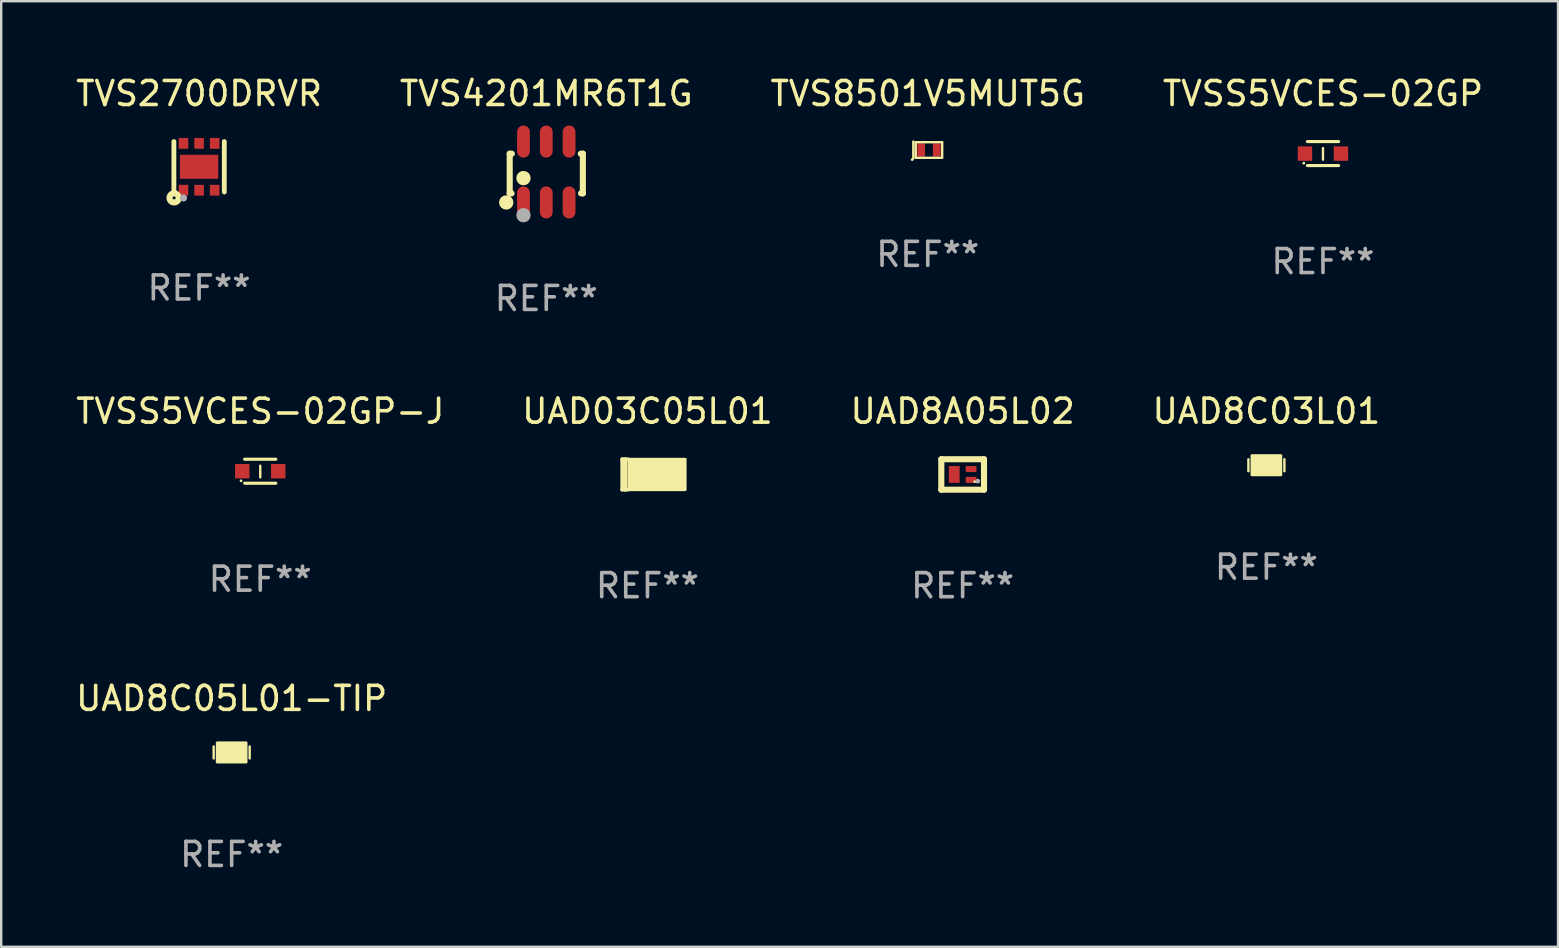
<source format=kicad_pcb>
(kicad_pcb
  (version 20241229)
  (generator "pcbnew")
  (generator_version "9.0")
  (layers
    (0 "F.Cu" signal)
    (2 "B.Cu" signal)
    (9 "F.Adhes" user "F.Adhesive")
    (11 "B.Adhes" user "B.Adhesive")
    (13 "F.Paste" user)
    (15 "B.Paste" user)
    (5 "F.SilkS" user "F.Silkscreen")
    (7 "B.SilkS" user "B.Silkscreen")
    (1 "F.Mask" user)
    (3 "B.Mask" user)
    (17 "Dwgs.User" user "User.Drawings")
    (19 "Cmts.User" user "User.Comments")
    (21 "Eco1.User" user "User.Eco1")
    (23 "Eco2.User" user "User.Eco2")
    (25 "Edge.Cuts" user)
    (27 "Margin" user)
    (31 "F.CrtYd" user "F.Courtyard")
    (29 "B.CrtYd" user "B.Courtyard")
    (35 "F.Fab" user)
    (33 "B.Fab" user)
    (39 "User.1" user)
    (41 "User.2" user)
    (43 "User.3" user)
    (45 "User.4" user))
  (footprint "TVSS5VCES-02GP"
    (layer "F.Cu")
    (at 52.065 3.348)
    (property "Reference" "TVSS5VCES-02GP" (at 0 -2.5 0) (layer "F.SilkS") (effects (font (size 1 1) (thickness 0.15))))
    (attr through_hole)
    (fp_line (start -0.65 -0.5) (end 0.65 -0.5) (stroke (width 0.13) (type solid)) (layer "F.SilkS"))
    (fp_line (start -0.65 0.5) (end 0.65 0.5) (stroke (width 0.13) (type solid)) (layer "F.SilkS"))
    (fp_line (start 0 -0.229) (end 0 0.254) (stroke (width 0.1) (type solid)) (layer "F.SilkS"))
    (fp_circle (center -0.8 0.4) (end -0.77 0.4) (stroke (width 0.06) (type solid)) (fill no) (layer "F.SilkS"))
    (fp_text user "REF**" (at 0 4.5 0) (layer "F.Fab") (effects (font (size 1 1) (thickness 0.15))))
    (pad "1" smd rect (at -0.75 0) (size 0.6 0.6) (layers "F.Cu" "F.Mask" "F.Paste"))
    (pad "2" smd rect (at 0.75 0 180) (size 0.6 0.6) (layers "F.Cu" "F.Mask" "F.Paste")))
  (footprint "UAD8A05L02"
    (layer "F.Cu")
    (at 37.054 16.716)
    (property "Reference" "UAD8A05L02" (at 0 -2.635 0) (layer "F.SilkS") (effects (font (size 1 1) (thickness 0.15))))
    (attr through_hole)
    (fp_line (start -0.889 -0.635) (end 0.889 -0.635) (stroke (width 0.254) (type solid)) (layer "F.SilkS"))
    (fp_line (start -0.889 0.635) (end -0.889 -0.635) (stroke (width 0.254) (type solid)) (layer "F.SilkS"))
    (fp_line (start 0.889 -0.635) (end 0.889 0.635) (stroke (width 0.254) (type solid)) (layer "F.SilkS"))
    (fp_line (start 0.889 0.635) (end -0.889 0.635) (stroke (width 0.254) (type solid)) (layer "F.SilkS"))
    (fp_circle (center 0.5 0.3) (end 0.53 0.3) (stroke (width 0.06) (type solid)) (fill no) (layer "F.SilkS"))
    (fp_circle (center 0.629 0.278) (end 0.679 0.278) (stroke (width 0.1) (type solid)) (fill no) (layer "F.Fab"))
    (fp_text user "REF**" (at 0 4.635 0) (layer "F.Fab") (effects (font (size 1 1) (thickness 0.15))))
    (pad "1" smd rect (at 0.35 0.225) (size 0.45 0.25) (layers "F.Cu" "F.Mask" "F.Paste"))
    (pad "2" smd rect (at 0.35 -0.225) (size 0.45 0.25) (layers "F.Cu" "F.Mask" "F.Paste"))
    (pad "3" smd rect (at -0.35 0 180) (size 0.45 0.7) (layers "F.Cu" "F.Mask" "F.Paste")))
  (footprint "UAD03C05L01"
    (layer "F.Cu")
    (at 23.923 16.716)
    (property "Reference" "UAD03C05L01" (at 0 -2.635 0) (layer "F.SilkS") (effects (font (size 1 1) (thickness 0.15))))
    (attr through_hole)
    (fp_line (start -1.054 -0.635) (end -0.927 -0.635) (stroke (width 0.15) (type solid)) (layer "F.SilkS"))
    (fp_line (start -1.054 0.635) (end -1.054 -0.635) (stroke (width 0.15) (type solid)) (layer "F.SilkS"))
    (fp_line (start -0.927 -0.635) (end -0.8 -0.635) (stroke (width 0.15) (type solid)) (layer "F.SilkS"))
    (fp_line (start -0.927 0.635) (end -1.054 0.635) (stroke (width 0.15) (type solid)) (layer "F.SilkS"))
    (fp_line (start -0.927 0.635) (end -0.927 -0.635) (stroke (width 0.15) (type solid)) (layer "F.SilkS"))
    (fp_line (start -0.8 0.635) (end -0.927 0.635) (stroke (width 0.15) (type solid)) (layer "F.SilkS"))
    (fp_circle (center -0.551 0.4) (end -0.521 0.4) (stroke (width 0.06) (type solid)) (fill no) (layer "F.SilkS"))
    (fp_poly (pts (xy -0.78 -0.635) (xy 1.57 -0.635) (xy 1.57 0.635) (xy -0.78 0.635)) (stroke (width 0.12) (type solid)) (fill yes) (layer "F.SilkS"))
    (fp_text user "REF**" (at 0 4.635 0) (layer "F.Fab") (effects (font (size 1 1) (thickness 0.15))))
    (pad "1" smd rect (at -0.113 0 90) (size 0.8 1.01) (layers "F.Cu" "F.Mask" "F.Paste"))
    (pad "2" smd rect (at 1.054 0 90) (size 0.8 0.61) (layers "F.Cu" "F.Mask" "F.Paste")))
  (footprint "TVS8501V5MUT5G"
    (layer "F.Cu")
    (at 35.601 3.198)
    (property "Reference" "TVS8501V5MUT5G" (at 0 -2.35 0) (layer "F.SilkS") (effects (font (size 1 1) (thickness 0.15))))
    (attr through_hole)
    (fp_line (start -0.601 -0.35) (end -0.601 0.35) (stroke (width 0.102) (type solid)) (layer "F.SilkS"))
    (fp_line (start -0.501 -0.325) (end 0.599 -0.325) (stroke (width 0.1) (type solid)) (layer "F.SilkS"))
    (fp_line (start -0.501 0.3) (end -0.502 -0.31) (stroke (width 0.1) (type solid)) (layer "F.SilkS"))
    (fp_line (start 0.599 0.325) (end -0.501 0.325) (stroke (width 0.1) (type solid)) (layer "F.SilkS"))
    (fp_line (start 0.599 0.3) (end 0.601 -0.31) (stroke (width 0.1) (type solid)) (layer "F.SilkS"))
    (fp_circle (center -0.651 0.401) (end -0.621 0.401) (stroke (width 0.06) (type solid)) (fill no) (layer "F.SilkS"))
    (fp_text user "REF**" (at 0 4.35 0) (layer "F.Fab") (effects (font (size 1 1) (thickness 0.15))))
    (pad "1" smd rect (at -0.275 -0.000013) (size 0.32 0.55) (layers "F.Cu" "F.Mask" "F.Paste"))
    (pad "2" smd rect (at 0.375 -0.000013) (size 0.32 0.55) (layers "F.Cu" "F.Mask" "F.Paste")))
  (footprint "UAD8C05L01-TIP"
    (layer "F.Cu")
    (at 6.601 28.297)
    (property "Reference" "UAD8C05L01-TIP" (at 0 -2.25 0) (layer "F.SilkS") (effects (font (size 1 1) (thickness 0.15))))
    (attr through_hole)
    (fp_line (start -0.75 0.25) (end -0.75 -0.25) (stroke (width 0.1) (type solid)) (layer "F.SilkS"))
    (fp_line (start 0.75 -0.25) (end 0.75 0.25) (stroke (width 0.1) (type solid)) (layer "F.SilkS"))
    (fp_circle (center -0.5 0.3) (end -0.47 0.3) (stroke (width 0.06) (type solid)) (fill no) (layer "F.SilkS"))
    (fp_poly (pts (xy -0.6 -0.4) (xy 0.6 -0.4) (xy 0.6 0.4) (xy -0.6 0.4)) (stroke (width 0.12) (type solid)) (fill yes) (layer "F.SilkS"))
    (fp_text user "REF**" (at 0 4.25 0) (layer "F.Fab") (effects (font (size 1 1) (thickness 0.15))))
    (pad "1" smd rect (at -0.325 -0.000013) (size 0.3 0.6) (layers "F.Cu" "F.Mask" "F.Paste"))
    (pad "2" smd rect (at 0.325 -0.000013) (size 0.3 0.6) (layers "F.Cu" "F.Mask" "F.Paste")))
  (footprint "TVS2700DRVR"
    (layer "F.Cu")
    (at 5.244 3.898)
    (property "Reference" "TVS2700DRVR" (at 0 -3.05 0) (layer "F.SilkS") (effects (font (size 1 1) (thickness 0.15))))
    (attr through_hole)
    (fp_line (start -1.05 1.05) (end -1.05 -1.05) (stroke (width 0.201) (type solid)) (layer "F.SilkS"))
    (fp_line (start 1.05 1.05) (end 1.05 -1.05) (stroke (width 0.201) (type solid)) (layer "F.SilkS"))
    (fp_circle (center -1.041 1.296) (end -0.978 1.296) (stroke (width 0.254) (type solid)) (fill no) (layer "F.SilkS"))
    (fp_circle (center -1 1.001) (end -0.97 1.001) (stroke (width 0.06) (type solid)) (fill no) (layer "F.SilkS"))
    (fp_circle (center -0.65 1.3) (end -0.575 1.3) (stroke (width 0.15) (type solid)) (fill no) (layer "F.Fab"))
    (fp_text user "REF**" (at 0 5.05 0) (layer "F.Fab") (effects (font (size 1 1) (thickness 0.15))))
    (pad "1" smd rect (at -0.65 0.976) (size 0.4 0.45) (layers "F.Cu" "F.Mask" "F.Paste"))
    (pad "2" smd rect (at 0 0.976) (size 0.4 0.45) (layers "F.Cu" "F.Mask" "F.Paste"))
    (pad "3" smd rect (at 0.65 0.976) (size 0.4 0.45) (layers "F.Cu" "F.Mask" "F.Paste"))
    (pad "4" smd rect (at 0.65 -0.975) (size 0.4 0.45) (layers "F.Cu" "F.Mask" "F.Paste"))
    (pad "5" smd rect (at 0 -0.975) (size 0.4 0.45) (layers "F.Cu" "F.Mask" "F.Paste"))
    (pad "6" smd rect (at -0.65 -0.975) (size 0.4 0.45) (layers "F.Cu" "F.Mask" "F.Paste"))
    (pad "7" smd rect (at 0 0.001 90) (size 1 1.6) (layers "F.Cu" "F.Mask" "F.Paste")))
  (footprint "UAD8C03L01"
    (layer "F.Cu")
    (at 49.708 16.331)
    (property "Reference" "UAD8C03L01" (at 0 -2.25 0) (layer "F.SilkS") (effects (font (size 1 1) (thickness 0.15))))
    (attr through_hole)
    (fp_line (start -0.75 0.25) (end -0.75 -0.25) (stroke (width 0.1) (type solid)) (layer "F.SilkS"))
    (fp_line (start 0.75 -0.25) (end 0.75 0.25) (stroke (width 0.1) (type solid)) (layer "F.SilkS"))
    (fp_circle (center -0.5 0.3) (end -0.47 0.3) (stroke (width 0.06) (type solid)) (fill no) (layer "F.SilkS"))
    (fp_poly (pts (xy -0.6 -0.4) (xy 0.6 -0.4) (xy 0.6 0.4) (xy -0.6 0.4)) (stroke (width 0.12) (type solid)) (fill yes) (layer "F.SilkS"))
    (fp_text user "REF**" (at 0 4.25 0) (layer "F.Fab") (effects (font (size 1 1) (thickness 0.15))))
    (pad "1" smd rect (at -0.325 -0.000013) (size 0.3 0.6) (layers "F.Cu" "F.Mask" "F.Paste"))
    (pad "2" smd rect (at 0.325 -0.000013) (size 0.3 0.6) (layers "F.Cu" "F.Mask" "F.Paste")))
  (footprint "TVSS5VCES-02GP-J"
    (layer "F.Cu")
    (at 7.792 16.581)
    (property "Reference" "TVSS5VCES-02GP-J" (at 0 -2.5 0) (layer "F.SilkS") (effects (font (size 1 1) (thickness 0.15))))
    (attr through_hole)
    (fp_line (start -0.65 -0.5) (end 0.65 -0.5) (stroke (width 0.13) (type solid)) (layer "F.SilkS"))
    (fp_line (start -0.65 0.5) (end 0.65 0.5) (stroke (width 0.13) (type solid)) (layer "F.SilkS"))
    (fp_line (start 0 -0.229) (end 0 0.254) (stroke (width 0.1) (type solid)) (layer "F.SilkS"))
    (fp_circle (center -0.8 0.4) (end -0.77 0.4) (stroke (width 0.06) (type solid)) (fill no) (layer "F.SilkS"))
    (fp_text user "REF**" (at 0 4.5 0) (layer "F.Fab") (effects (font (size 1 1) (thickness 0.15))))
    (pad "1" smd rect (at -0.75 0) (size 0.6 0.6) (layers "F.Cu" "F.Mask" "F.Paste"))
    (pad "2" smd rect (at 0.75 0 180) (size 0.6 0.6) (layers "F.Cu" "F.Mask" "F.Paste")))
  (footprint "TVS4201MR6T1G"
    (layer "F.Cu")
    (at 19.708 4.116)
    (property "Reference" "TVS4201MR6T1G" (at 0 -3.268 0) (layer "F.SilkS") (effects (font (size 1 1) (thickness 0.15))))
    (attr through_hole)
    (fp_line (start -1.524 -0.762) (end -1.524 0.889) (stroke (width 0.254) (type solid)) (layer "F.SilkS"))
    (fp_line (start -1.524 0.889) (end -1.447 0.889) (stroke (width 0.254) (type solid)) (layer "F.SilkS"))
    (fp_line (start -1.436 -0.762) (end -1.524 -0.762) (stroke (width 0.254) (type solid)) (layer "F.SilkS"))
    (fp_line (start 1.447 0.889) (end 1.524 0.889) (stroke (width 0.254) (type solid)) (layer "F.SilkS"))
    (fp_line (start 1.524 -0.762) (end 1.436 -0.762) (stroke (width 0.254) (type solid)) (layer "F.SilkS"))
    (fp_line (start 1.524 0.889) (end 1.524 -0.762) (stroke (width 0.254) (type solid)) (layer "F.SilkS"))
    (fp_circle (center -1.668 1.268) (end -1.518 1.268) (stroke (width 0.3) (type solid)) (fill no) (layer "F.SilkS"))
    (fp_circle (center -1.5 1.375) (end -1.47 1.375) (stroke (width 0.06) (type solid)) (fill no) (layer "F.SilkS"))
    (fp_circle (center -0.95 0.254) (end -0.8 0.254) (stroke (width 0.3) (type solid)) (fill no) (layer "F.SilkS"))
    (fp_circle (center -0.95 1.8) (end -0.8 1.8) (stroke (width 0.3) (type solid)) (fill no) (layer "F.Fab"))
    (fp_text user "REF**" (at 0 5.268 0) (layer "F.Fab") (effects (font (size 1 1) (thickness 0.15))))
    (pad "1" smd oval (at -0.95 1.268) (size 0.532 1.336) (layers "F.Cu" "F.Mask" "F.Paste"))
    (pad "2" smd oval (at 0 1.268) (size 0.532 1.336) (layers "F.Cu" "F.Mask" "F.Paste"))
    (pad "3" smd oval (at 0.95 1.268) (size 0.532 1.336) (layers "F.Cu" "F.Mask" "F.Paste"))
    (pad "4" smd oval (at 0.95 -1.268) (size 0.532 1.336) (layers "F.Cu" "F.Mask" "F.Paste"))
    (pad "5" smd oval (at 0 -1.268) (size 0.532 1.336) (layers "F.Cu" "F.Mask" "F.Paste"))
    (pad "6" smd oval (at -0.95 -1.268) (size 0.532 1.336) (layers "F.Cu" "F.Mask" "F.Paste")))
  (gr_rect
    (start -3 -3)
    (end 61.857 36.395)
    (stroke (width 0.1) (type default))
    (fill no)
    (layer "Edge.Cuts")))
</source>
